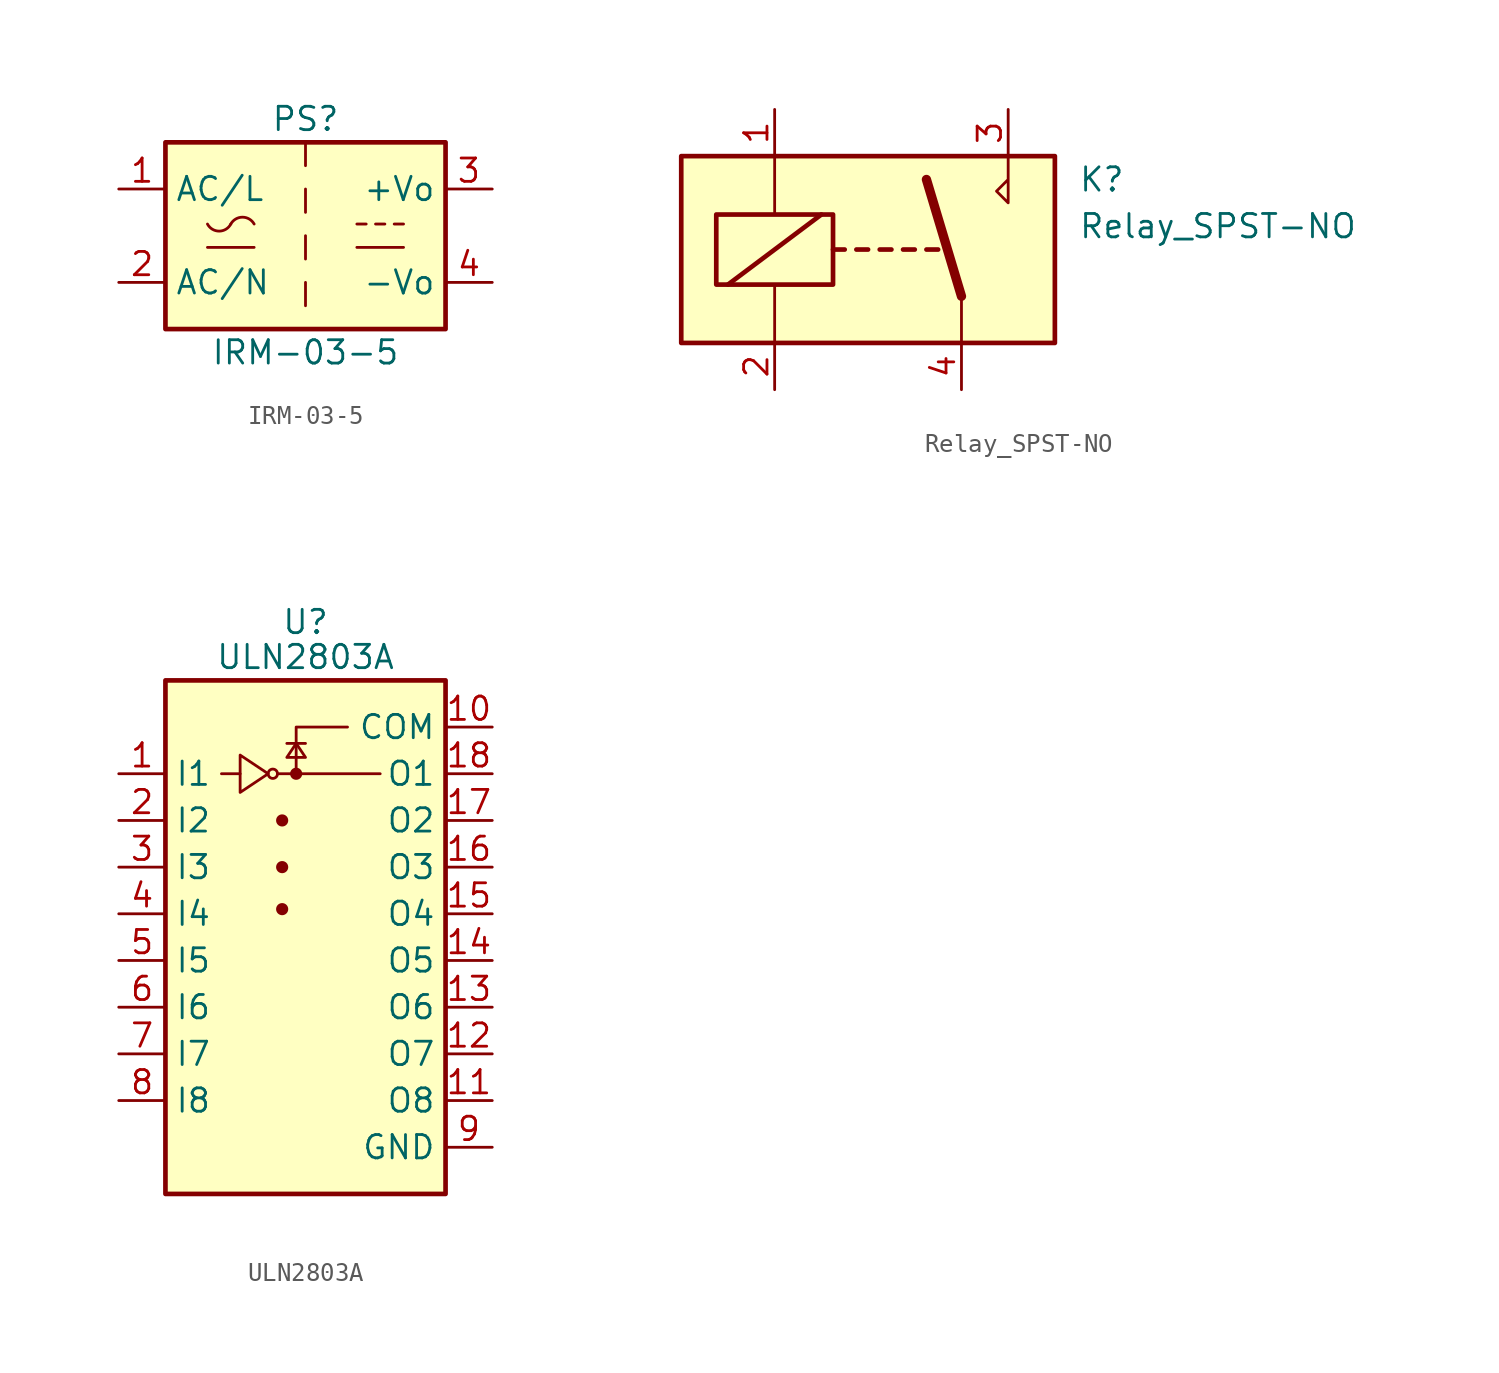
<source format=kicad_sym>
(kicad_symbol_lib
  (version 20231120)
  (generator "kicad_symbol_editor")
  (generator_version "8.0")
  (symbol "IRM-03-5"
    (property "Reference" "PS"
      (at 0 6.35 0)
      (effects (font (size 1.27 1.27))))
    (property "Value" "IRM-03-5"
      (at 0 -6.35 0)
      (effects (font (size 1.27 1.27))))
    (symbol "IRM-03-5_0_1"
      (rectangle (start -7.62 5.08) (end 7.62 -5.08) (stroke (width 0.254) (type default)) (fill (type background)))
      (arc (start -5.334 0.635) (mid -4.699 0.2495) (end -4.064 0.635) (stroke (width 0) (type default)) (fill (type none)))
      (arc (start -2.794 0.635) (mid -3.429 1.0072) (end -4.064 0.635) (stroke (width 0) (type default)) (fill (type none)))
      (polyline (pts (xy -5.334 -0.635) (xy -2.794 -0.635)) (stroke (width 0) (type default)) (fill (type none)))
      (polyline (pts (xy 0 -2.54) (xy 0 -3.81)) (stroke (width 0) (type default)) (fill (type none)))
      (polyline (pts (xy 0 0) (xy 0 -1.27)) (stroke (width 0) (type default)) (fill (type none)))
      (polyline (pts (xy 0 2.54) (xy 0 1.27)) (stroke (width 0) (type default)) (fill (type none)))
      (polyline (pts (xy 0 5.08) (xy 0 3.81)) (stroke (width 0) (type default)) (fill (type none)))
      (polyline (pts (xy 2.794 -0.635) (xy 5.334 -0.635)) (stroke (width 0) (type default)) (fill (type none)))
      (polyline (pts (xy 2.794 0.635) (xy 3.302 0.635)) (stroke (width 0) (type default)) (fill (type none)))
      (polyline (pts (xy 3.81 0.635) (xy 4.318 0.635)) (stroke (width 0) (type default)) (fill (type none)))
      (polyline (pts (xy 4.826 0.635) (xy 5.334 0.635)) (stroke (width 0) (type default)) (fill (type none))))
    (symbol "IRM-03-5_1_1"
      (pin power_in line (at -10.16 2.54 0) (length 2.54) (name "AC/L" (effects (font (size 1.27 1.27)))) (number "1" (effects (font (size 1.27 1.27)))))
      (pin power_in line (at -10.16 -2.54 0) (length 2.54) (name "AC/N" (effects (font (size 1.27 1.27)))) (number "2" (effects (font (size 1.27 1.27)))))
      (pin power_out line (at 10.16 2.54 180) (length 2.54) (name "+Vo" (effects (font (size 1.27 1.27)))) (number "3" (effects (font (size 1.27 1.27)))))
      (pin power_out line (at 10.16 -2.54 180) (length 2.54) (name "-Vo" (effects (font (size 1.27 1.27)))) (number "4" (effects (font (size 1.27 1.27)))))
      (pin no_connect line (at -7.62 0 0) (length 2.54) hide (name "NC" (effects (font (size 1.27 1.27)))) (number "5" (effects (font (size 1.27 1.27)))))))
  (symbol "Relay_SPST-NO"
    (property "Reference" "K"
      (at 11.43 3.81 0)
      (effects (font (size 1.27 1.27)) (justify left)))
    (property "Value" "Relay_SPST-NO"
      (at 11.43 1.27 0)
      (effects (font (size 1.27 1.27)) (justify left)))
    (symbol "Relay_SPST-NO_0_0"
      (polyline (pts (xy 7.62 5.08) (xy 7.62 2.54) (xy 6.985 3.175) (xy 7.62 3.81)) (stroke (width 0) (type default)) (fill (type none))))
    (symbol "Relay_SPST-NO_0_1"
      (rectangle (start -10.16 5.08) (end 10.16 -5.08) (stroke (width 0.254) (type default)) (fill (type background)))
      (rectangle (start -8.255 1.905) (end -1.905 -1.905) (stroke (width 0.254) (type default)) (fill (type none)))
      (polyline (pts (xy -7.62 -1.905) (xy -2.54 1.905)) (stroke (width 0.254) (type default)) (fill (type none)))
      (polyline (pts (xy -5.08 -5.08) (xy -5.08 -1.905)) (stroke (width 0) (type default)) (fill (type none)))
      (polyline (pts (xy -5.08 5.08) (xy -5.08 1.905)) (stroke (width 0) (type default)) (fill (type none)))
      (polyline (pts (xy -1.905 0) (xy -1.27 0)) (stroke (width 0.254) (type default)) (fill (type none)))
      (polyline (pts (xy -0.635 0) (xy 0 0)) (stroke (width 0.254) (type default)) (fill (type none)))
      (polyline (pts (xy 0.635 0) (xy 1.27 0)) (stroke (width 0.254) (type default)) (fill (type none)))
      (polyline (pts (xy 1.905 0) (xy 2.54 0)) (stroke (width 0.254) (type default)) (fill (type none)))
      (polyline (pts (xy 3.175 0) (xy 3.81 0)) (stroke (width 0.254) (type default)) (fill (type none)))
      (polyline (pts (xy 5.08 -2.54) (xy 3.175 3.81)) (stroke (width 0.508) (type default)) (fill (type none)))
      (polyline (pts (xy 5.08 -2.54) (xy 5.08 -5.08)) (stroke (width 0) (type default)) (fill (type none))))
    (symbol "Relay_SPST-NO_1_1"
      (pin passive line (at -5.08 7.62 270) (length 2.54) (name "~" (effects (font (size 1.27 1.27)))) (number "1" (effects (font (size 1.27 1.27)))))
      (pin passive line (at -5.08 -7.62 90) (length 2.54) (name "~" (effects (font (size 1.27 1.27)))) (number "2" (effects (font (size 1.27 1.27)))))
      (pin passive line (at 7.62 7.62 270) (length 2.54) (name "~" (effects (font (size 1.27 1.27)))) (number "3" (effects (font (size 1.27 1.27)))))
      (pin passive line (at 5.08 -7.62 90) (length 2.54) (name "~" (effects (font (size 1.27 1.27)))) (number "4" (effects (font (size 1.27 1.27)))))))
  (symbol "ULN2803A"
    (property "Reference" "U"
      (at 0 13.335 0)
      (effects (font (size 1.27 1.27))))
    (property "Value" "ULN2803A"
      (at 0 11.43 0)
      (effects (font (size 1.27 1.27))))
    (symbol "ULN2803A_0_1"
      (rectangle (start -7.62 10.16) (end 7.62 -17.78) (stroke (width 0.254) (type default)) (fill (type background)))
      (circle (center -1.778 5.08) (radius 0.254) (stroke (width 0) (type default)) (fill (type none)))
      (circle (center -1.27 -2.286) (radius 0.254) (stroke (width 0) (type default)) (fill (type outline)))
      (circle (center -1.27 0) (radius 0.254) (stroke (width 0) (type default)) (fill (type outline)))
      (circle (center -1.27 2.54) (radius 0.254) (stroke (width 0) (type default)) (fill (type outline)))
      (circle (center -0.508 5.08) (radius 0.254) (stroke (width 0) (type default)) (fill (type outline)))
      (polyline (pts (xy -4.572 5.08) (xy -3.556 5.08)) (stroke (width 0) (type default)) (fill (type none)))
      (polyline (pts (xy -1.524 5.08) (xy 4.064 5.08)) (stroke (width 0) (type default)) (fill (type none)))
      (polyline (pts (xy 0 6.731) (xy -1.016 6.731)) (stroke (width 0) (type default)) (fill (type none)))
      (polyline (pts (xy -0.508 5.08) (xy -0.508 7.62) (xy 2.286 7.62)) (stroke (width 0) (type default)) (fill (type none)))
      (polyline (pts (xy -3.556 6.096) (xy -3.556 4.064) (xy -2.032 5.08) (xy -3.556 6.096)) (stroke (width 0) (type default)) (fill (type none)))
      (polyline (pts (xy 0 5.969) (xy -1.016 5.969) (xy -0.508 6.731) (xy 0 5.969)) (stroke (width 0) (type default)) (fill (type none))))
    (symbol "ULN2803A_1_1"
      (pin input line (at -10.16 5.08 0) (length 2.54) (name "I1" (effects (font (size 1.27 1.27)))) (number "1" (effects (font (size 1.27 1.27)))))
      (pin passive line (at 10.16 7.62 180) (length 2.54) (name "COM" (effects (font (size 1.27 1.27)))) (number "10" (effects (font (size 1.27 1.27)))))
      (pin open_collector line (at 10.16 -12.7 180) (length 2.54) (name "O8" (effects (font (size 1.27 1.27)))) (number "11" (effects (font (size 1.27 1.27)))))
      (pin open_collector line (at 10.16 -10.16 180) (length 2.54) (name "O7" (effects (font (size 1.27 1.27)))) (number "12" (effects (font (size 1.27 1.27)))))
      (pin open_collector line (at 10.16 -7.62 180) (length 2.54) (name "O6" (effects (font (size 1.27 1.27)))) (number "13" (effects (font (size 1.27 1.27)))))
      (pin open_collector line (at 10.16 -5.08 180) (length 2.54) (name "O5" (effects (font (size 1.27 1.27)))) (number "14" (effects (font (size 1.27 1.27)))))
      (pin open_collector line (at 10.16 -2.54 180) (length 2.54) (name "O4" (effects (font (size 1.27 1.27)))) (number "15" (effects (font (size 1.27 1.27)))))
      (pin open_collector line (at 10.16 0 180) (length 2.54) (name "O3" (effects (font (size 1.27 1.27)))) (number "16" (effects (font (size 1.27 1.27)))))
      (pin open_collector line (at 10.16 2.54 180) (length 2.54) (name "O2" (effects (font (size 1.27 1.27)))) (number "17" (effects (font (size 1.27 1.27)))))
      (pin open_collector line (at 10.16 5.08 180) (length 2.54) (name "O1" (effects (font (size 1.27 1.27)))) (number "18" (effects (font (size 1.27 1.27)))))
      (pin input line (at -10.16 2.54 0) (length 2.54) (name "I2" (effects (font (size 1.27 1.27)))) (number "2" (effects (font (size 1.27 1.27)))))
      (pin input line (at -10.16 0 0) (length 2.54) (name "I3" (effects (font (size 1.27 1.27)))) (number "3" (effects (font (size 1.27 1.27)))))
      (pin input line (at -10.16 -2.54 0) (length 2.54) (name "I4" (effects (font (size 1.27 1.27)))) (number "4" (effects (font (size 1.27 1.27)))))
      (pin input line (at -10.16 -5.08 0) (length 2.54) (name "I5" (effects (font (size 1.27 1.27)))) (number "5" (effects (font (size 1.27 1.27)))))
      (pin input line (at -10.16 -7.62 0) (length 2.54) (name "I6" (effects (font (size 1.27 1.27)))) (number "6" (effects (font (size 1.27 1.27)))))
      (pin input line (at -10.16 -10.16 0) (length 2.54) (name "I7" (effects (font (size 1.27 1.27)))) (number "7" (effects (font (size 1.27 1.27)))))
      (pin input line (at -10.16 -12.7 0) (length 2.54) (name "I8" (effects (font (size 1.27 1.27)))) (number "8" (effects (font (size 1.27 1.27)))))
      (pin power_in line (at 10.16 -15.24 180) (length 2.54) (name "GND" (effects (font (size 1.27 1.27)))) (number "9" (effects (font (size 1.27 1.27))))))))
</source>
